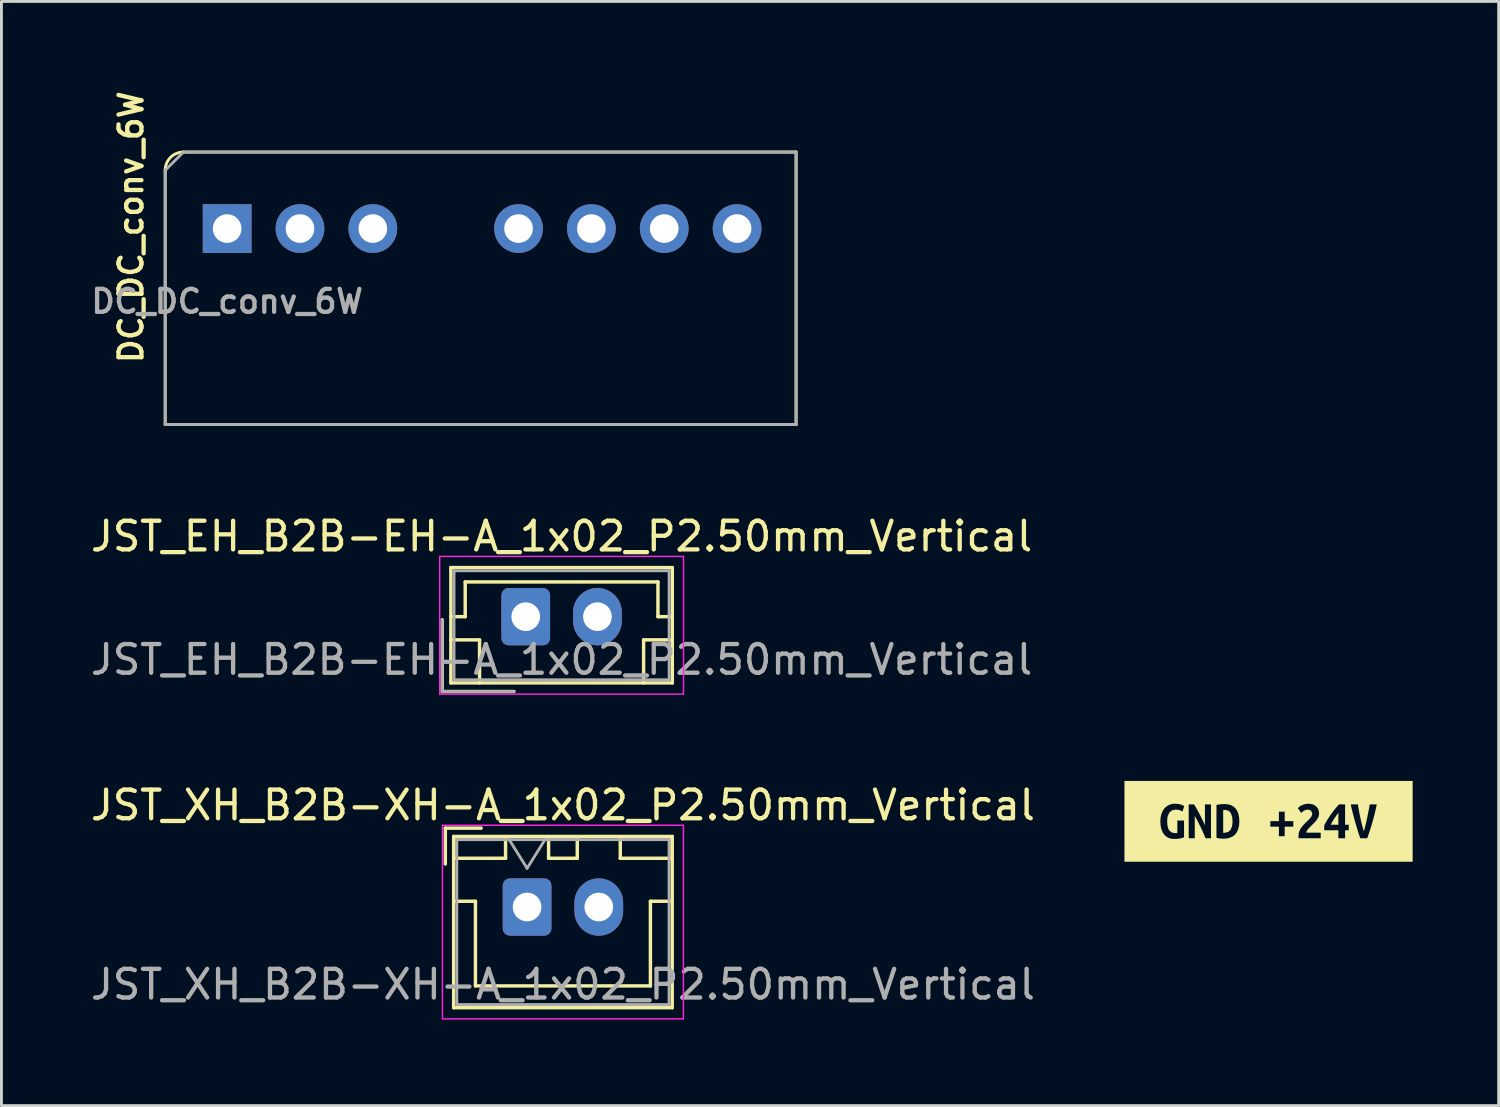
<source format=kicad_pcb>
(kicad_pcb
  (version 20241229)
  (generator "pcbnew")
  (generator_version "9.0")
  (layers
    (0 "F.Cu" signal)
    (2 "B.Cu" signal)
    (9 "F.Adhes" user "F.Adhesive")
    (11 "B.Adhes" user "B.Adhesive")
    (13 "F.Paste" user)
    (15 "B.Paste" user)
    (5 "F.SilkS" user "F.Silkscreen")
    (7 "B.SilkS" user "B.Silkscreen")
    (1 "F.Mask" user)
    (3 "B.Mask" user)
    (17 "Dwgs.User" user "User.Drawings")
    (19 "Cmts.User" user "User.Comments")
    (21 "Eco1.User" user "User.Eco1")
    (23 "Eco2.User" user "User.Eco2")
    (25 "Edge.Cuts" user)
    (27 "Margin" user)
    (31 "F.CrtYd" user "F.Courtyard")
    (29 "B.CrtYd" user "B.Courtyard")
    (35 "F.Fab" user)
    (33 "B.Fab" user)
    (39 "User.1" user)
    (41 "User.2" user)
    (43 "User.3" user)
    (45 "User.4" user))
  (footprint "label_24V"
    (layer "F.Cu")
    (at 41.179 25.586)
    (property "Reference" "label_24V" (at 0 -1.41 0) (layer "F.SilkS") (effects (font (size 0.001 0.001) (thickness 0.000003))))
    (attr exclude_from_pos_files exclude_from_bom)
    (fp_poly (pts (xy 2.434 -0.295) (xy 2.363 -0.202) (xy 2.292 -0.098) (xy 2.224 0.011) (xy 2.167 0.12) (xy 2.434 0.12) (xy 2.434 -0.295)) (stroke (width 0) (type solid)) (fill yes) (layer "F.SilkS"))
    (fp_poly (pts (xy -1.582 0.4) (xy -1.561 0.402) (xy -1.54 0.402) (xy -1.406 0.371) (xy -1.318 0.288) (xy -1.271 0.161) (xy -1.26 0.084) (xy -1.256 0) (xy -1.268 -0.149) (xy -1.308 -0.276) (xy -1.386 -0.365) (xy -1.514 -0.398) (xy -1.548 -0.397) (xy -1.582 -0.392) (xy -1.582 0.4)) (stroke (width 0) (type solid)) (fill yes) (layer "F.SilkS"))
    (fp_poly (pts (xy -4.511 -1.409) (xy -3.462 -0.576) (xy -3.366 -0.606) (xy -3.262 -0.615) (xy -3.139 -0.605) (xy -3.045 -0.581) (xy -2.979 -0.552) (xy -2.94 -0.53) (xy -3.001 -0.343) (xy -3.104 -0.391) (xy -3.23 -0.411) (xy -3.371 -0.381) (xy -3.465 -0.296) (xy -3.519 -0.167) (xy -3.531 -0.087) (xy -3.535 0) (xy -3.527 0.129) (xy -3.505 0.232) (xy -3.468 0.311) (xy -3.386 0.386) (xy -3.272 0.411) (xy -3.226 0.41) (xy -3.18 0.404) (xy -3.18 -0.027) (xy -2.946 -0.027) (xy -2.784 0.591) (xy -2.784 -0.589) (xy -2.596 -0.589) (xy -2.542 -0.501) (xy -2.489 -0.407) (xy -2.436 -0.309) (xy -2.385 -0.211) (xy -2.336 -0.116) (xy -2.292 -0.023) (xy -2.252 0.063) (xy -2.218 0.137) (xy -2.218 -0.589) (xy -2.007 -0.589) (xy -1.816 0.577) (xy -1.816 -0.573) (xy -1.666 -0.596) (xy -1.534 -0.602) (xy -1.423 -0.593) (xy -1.322 -0.568) (xy -1.233 -0.524) (xy -1.159 -0.46) (xy -1.1 -0.377) (xy -1.055 -0.273) (xy -1.028 -0.148) (xy -1.018 0) (xy 0.062 -0.006) (xy 0.361 -0.006) (xy 0.361 -0.337) (xy 0.563 -0.337) (xy 0.563 -0.006) (xy 1.492 -0.16) (xy 1.527 -0.261) (xy 1.483 -0.372) (xy 1.373 -0.411) (xy 1.256 -0.385) (xy 1.136 -0.295) (xy 1.02 -0.459) (xy 1.102 -0.529) (xy 1.196 -0.577) (xy 1.296 -0.606) (xy 1.395 -0.615) (xy 1.534 -0.594) (xy 1.653 -0.531) (xy 1.735 -0.426) (xy 1.765 -0.278) (xy 1.742 -0.161) (xy 1.681 -0.051) (xy 1.595 0.051) (xy 1.498 0.147) (xy 1.441 0.201) (xy 1.38 0.266) (xy 1.332 0.333) (xy 1.312 0.396) (xy 1.818 0.396) (xy 1.818 0.591) (xy 1.049 0.591) (xy 1.044 0.543) (xy 1.045 0.503) (xy 1.054 0.411) (xy 1.08 0.328) (xy 1.12 0.251) (xy 1.17 0.18) (xy 1.226 0.115) (xy 1.286 0.054) (xy 1.346 -0.003) (xy 1.402 -0.057) (xy 1.492 -0.16) (xy 0.563 -0.006) (xy 0.862 -0.006) (xy 0.862 0.187) (xy 0.563 0.187) (xy 0.563 0.518) (xy 0.361 0.518) (xy 0.361 0.187) (xy 0.062 0.187) (xy 0.062 -0.006) (xy -1.018 0) (xy -1.028 0.152) (xy -1.059 0.279) (xy -1.108 0.384) (xy -1.173 0.467) (xy -1.252 0.529) (xy -1.345 0.572) (xy -1.45 0.597) (xy -1.565 0.606) (xy -1.688 0.599) (xy -1.816 0.577) (xy -2.007 -0.589) (xy -2.007 0.591) (xy -2.196 0.591) (xy -2.25 0.46) (xy -2.309 0.329) (xy -2.37 0.199) (xy -2.434 0.069) (xy -2.502 -0.062) (xy -2.573 -0.192) (xy -2.573 0.591) (xy -2.784 0.591) (xy -2.946 -0.027) (xy -2.946 0.562) (xy -3.077 0.596) (xy -3.174 0.611) (xy -3.291 0.615) (xy -3.396 0.606) (xy -3.49 0.576) (xy -3.572 0.528) (xy -3.641 0.46) (xy -3.697 0.373) (xy -3.739 0.268) (xy -3.764 0.143) (xy -3.773 0) (xy -3.763 -0.142) (xy -3.733 -0.266) (xy -3.686 -0.372) (xy -3.624 -0.459) (xy -3.549 -0.527) (xy -3.462 -0.576) (xy -4.511 -1.409) (xy -5.024 -1.409) (xy -5.024 1.409) (xy 3.198 0.591) (xy 3.15 0.451) (xy 3.1 0.293) (xy 3.067 0.183) (xy 3.034 0.073) (xy 3.003 -0.037) (xy 2.974 -0.145) (xy 2.947 -0.249) (xy 2.921 -0.349) (xy 2.89 -0.482) (xy 2.868 -0.589) (xy 3.116 -0.589) (xy 3.13 -0.49) (xy 3.15 -0.376) (xy 3.174 -0.253) (xy 3.2 -0.127) (xy 3.229 0.001) (xy 3.259 0.127) (xy 3.291 0.245) (xy 3.321 0.351) (xy 3.352 0.246) (xy 3.382 0.129) (xy 3.412 0.003) (xy 3.439 -0.125) (xy 3.465 -0.252) (xy 3.489 -0.375) (xy 3.51 -0.49) (xy 3.527 -0.589) (xy 3.773 -0.589) (xy 3.747 -0.468) (xy 3.717 -0.333) (xy 3.681 -0.189) (xy 3.64 -0.037) (xy 3.611 0.067) (xy 3.579 0.172) (xy 3.546 0.279) (xy 3.511 0.385) (xy 3.476 0.489) (xy 3.439 0.591) (xy 3.198 0.591) (xy -5.024 1.409) (xy -4.511 1.409) (xy 4.511 1.409) (xy 5.024 1.409) (xy 5.024 -1.409) (xy 2.668 -0.589) (xy 2.668 0.12) (xy 2.796 0.12) (xy 2.796 0.312) (xy 2.668 0.312) (xy 2.668 0.591) (xy 2.434 0.591) (xy 2.434 0.312) (xy 1.942 0.312) (xy 1.942 0.141) (xy 1.984 0.062) (xy 2.035 -0.028) (xy 2.095 -0.123) (xy 2.161 -0.221) (xy 2.232 -0.319) (xy 2.306 -0.416) (xy 2.382 -0.507) (xy 2.458 -0.589) (xy 2.668 -0.589) (xy 5.024 -1.409) (xy 4.511 -1.409) (xy -4.511 -1.409)) (stroke (width 0) (type solid)) (fill yes) (layer "F.SilkS")))
  (footprint "DC_DC_conv_6W"
    (layer "F.Cu")
    (at 4.869 4.919)
    (property "Reference" "DC_DC_conv_6W" (at -3.35 -0.05 270) (layer "F.SilkS") (effects (font (size 0.8 0.8) (thickness 0.15))))
    (attr through_hole)
    (fp_line (start -2.159 -2.032) (end -2.159 6.833) (stroke (width 0.102) (type solid)) (layer "F.SilkS"))
    (fp_line (start -2.159 6.833) (end 19.837 6.833) (stroke (width 0.102) (type solid)) (layer "F.SilkS"))
    (fp_line (start 19.837 -2.667) (end -1.524 -2.667) (stroke (width 0.102) (type solid)) (layer "F.SilkS"))
    (fp_line (start 19.837 6.833) (end 19.837 -2.667) (stroke (width 0.102) (type solid)) (layer "F.SilkS"))
    (fp_arc (start -2.159 -2.032) (mid -1.973013 -2.481013) (end -1.524 -2.667) (stroke (width 0.1016) (type solid)) (layer "F.SilkS"))
    (fp_line (start -2.159 6.833) (end -2.159 -2.032) (stroke (width 0.102) (type solid)) (layer "F.Fab"))
    (fp_line (start -1.524 -2.667) (end -2.159 -2.032) (stroke (width 0.102) (type solid)) (layer "F.Fab"))
    (fp_line (start -1.524 -2.667) (end 19.837 -2.667) (stroke (width 0.102) (type solid)) (layer "F.Fab"))
    (fp_line (start 19.837 -2.667) (end 19.837 6.833) (stroke (width 0.102) (type solid)) (layer "F.Fab"))
    (fp_line (start 19.837 6.833) (end -2.159 6.833) (stroke (width 0.102) (type solid)) (layer "F.Fab"))
    (fp_text user "${REFERENCE}" (at 0 2.54 0) (layer "F.Fab") (effects (font (size 0.8 0.8) (thickness 0.15))))
    (pad "CTR" thru_hole circle (at 5.08 0) (size 1.7 1.7) (drill 1) (layers "*.Cu" "*.Mask"))
    (pad "GND" thru_hole circle (at 15.24 0) (size 1.7 1.7) (drill 1) (layers "*.Cu" "*.Mask"))
    (pad "GNDPWR" thru_hole rect (at 0 0 90) (size 1.7 1.7) (drill 1) (layers "*.Cu" "*.Mask"))
    (pad "NC" thru_hole oval (at 10.16 0 90) (size 1.7 1.7) (drill 1) (layers "*.Cu" "*.Mask"))
    (pad "NC" thru_hole circle (at 17.78 0) (size 1.7 1.7) (drill 1) (layers "*.Cu" "*.Mask"))
    (pad "VIN" thru_hole circle (at 2.54 0 90) (size 1.7 1.7) (drill 1) (layers "*.Cu" "*.Mask"))
    (pad "VO" thru_hole oval (at 12.7 0 90) (size 1.7 1.7) (drill 1) (layers "*.Cu" "*.Mask")))
  (footprint "JST_EH_B2B-EH-A_1x02_P2.50mm_Vertical"
    (layer "F.Cu")
    (at 15.28 18.45)
    (property "Reference" "JST_EH_B2B-EH-A_1x02_P2.50mm_Vertical" (at 1.25 -2.8 0) (layer "F.SilkS") (effects (font (size 1 1) (thickness 0.15))))
    (attr through_hole)
    (fp_line (start -2.91 0.11) (end -2.91 2.61) (stroke (width 0.12) (type solid)) (layer "F.SilkS"))
    (fp_line (start -2.91 2.61) (end -0.41 2.61) (stroke (width 0.12) (type solid)) (layer "F.SilkS"))
    (fp_line (start -2.61 -1.71) (end -2.61 2.31) (stroke (width 0.12) (type solid)) (layer "F.SilkS"))
    (fp_line (start -2.61 0) (end -2.11 0) (stroke (width 0.12) (type solid)) (layer "F.SilkS"))
    (fp_line (start -2.61 0.81) (end -1.61 0.81) (stroke (width 0.12) (type solid)) (layer "F.SilkS"))
    (fp_line (start -2.61 2.31) (end 5.11 2.31) (stroke (width 0.12) (type solid)) (layer "F.SilkS"))
    (fp_line (start -2.11 -1.21) (end 4.61 -1.21) (stroke (width 0.12) (type solid)) (layer "F.SilkS"))
    (fp_line (start -2.11 0) (end -2.11 -1.21) (stroke (width 0.12) (type solid)) (layer "F.SilkS"))
    (fp_line (start -1.61 0.81) (end -1.61 2.31) (stroke (width 0.12) (type solid)) (layer "F.SilkS"))
    (fp_line (start 4.11 0.81) (end 4.11 2.31) (stroke (width 0.12) (type solid)) (layer "F.SilkS"))
    (fp_line (start 4.61 -1.21) (end 4.61 0) (stroke (width 0.12) (type solid)) (layer "F.SilkS"))
    (fp_line (start 4.61 0) (end 5.11 0) (stroke (width 0.12) (type solid)) (layer "F.SilkS"))
    (fp_line (start 5.11 -1.71) (end -2.61 -1.71) (stroke (width 0.12) (type solid)) (layer "F.SilkS"))
    (fp_line (start 5.11 0.81) (end 4.11 0.81) (stroke (width 0.12) (type solid)) (layer "F.SilkS"))
    (fp_line (start 5.11 2.31) (end 5.11 -1.71) (stroke (width 0.12) (type solid)) (layer "F.SilkS"))
    (fp_line (start -3 -2.1) (end -3 2.7) (stroke (width 0.05) (type solid)) (layer "F.CrtYd"))
    (fp_line (start -3 2.7) (end 5.5 2.7) (stroke (width 0.05) (type solid)) (layer "F.CrtYd"))
    (fp_line (start 5.5 -2.1) (end -3 -2.1) (stroke (width 0.05) (type solid)) (layer "F.CrtYd"))
    (fp_line (start 5.5 2.7) (end 5.5 -2.1) (stroke (width 0.05) (type solid)) (layer "F.CrtYd"))
    (fp_line (start -2.91 0.11) (end -2.91 2.61) (stroke (width 0.1) (type solid)) (layer "F.Fab"))
    (fp_line (start -2.91 2.61) (end -0.41 2.61) (stroke (width 0.1) (type solid)) (layer "F.Fab"))
    (fp_line (start -2.5 -1.6) (end -2.5 2.2) (stroke (width 0.1) (type solid)) (layer "F.Fab"))
    (fp_line (start -2.5 2.2) (end 5 2.2) (stroke (width 0.1) (type solid)) (layer "F.Fab"))
    (fp_line (start 5 -1.6) (end -2.5 -1.6) (stroke (width 0.1) (type solid)) (layer "F.Fab"))
    (fp_line (start 5 2.2) (end 5 -1.6) (stroke (width 0.1) (type solid)) (layer "F.Fab"))
    (fp_text user "${REFERENCE}" (at 1.25 1.5 0) (layer "F.Fab") (effects (font (size 1 1) (thickness 0.15))))
    (pad "1" thru_hole roundrect (at 0 0) (size 1.7 2) (drill 1) (layers "*.Cu" "*.Mask") (roundrect_rratio 0.147))
    (pad "2" thru_hole oval (at 2.5 0) (size 1.7 2) (drill 1) (layers "*.Cu" "*.Mask")))
  (footprint "JST_XH_B2B-XH-A_1x02_P2.50mm_Vertical"
    (layer "F.Cu")
    (at 15.327 28.574)
    (property "Reference" "JST_XH_B2B-XH-A_1x02_P2.50mm_Vertical" (at 1.25 -3.55 0) (layer "F.SilkS") (effects (font (size 1 1) (thickness 0.15))))
    (attr through_hole)
    (fp_line (start -2.85 -2.75) (end -2.85 -1.5) (stroke (width 0.12) (type solid)) (layer "F.SilkS"))
    (fp_line (start -2.56 -2.46) (end -2.56 3.51) (stroke (width 0.12) (type solid)) (layer "F.SilkS"))
    (fp_line (start -2.56 3.51) (end 5.06 3.51) (stroke (width 0.12) (type solid)) (layer "F.SilkS"))
    (fp_line (start -2.55 -2.45) (end -2.55 -1.7) (stroke (width 0.12) (type solid)) (layer "F.SilkS"))
    (fp_line (start -2.55 -1.7) (end -0.75 -1.7) (stroke (width 0.12) (type solid)) (layer "F.SilkS"))
    (fp_line (start -2.55 -0.2) (end -1.8 -0.2) (stroke (width 0.12) (type solid)) (layer "F.SilkS"))
    (fp_line (start -1.8 -0.2) (end -1.8 2.75) (stroke (width 0.12) (type solid)) (layer "F.SilkS"))
    (fp_line (start -1.8 2.75) (end 1.25 2.75) (stroke (width 0.12) (type solid)) (layer "F.SilkS"))
    (fp_line (start -1.6 -2.75) (end -2.85 -2.75) (stroke (width 0.12) (type solid)) (layer "F.SilkS"))
    (fp_line (start -0.75 -2.45) (end -2.55 -2.45) (stroke (width 0.12) (type solid)) (layer "F.SilkS"))
    (fp_line (start -0.75 -1.7) (end -0.75 -2.45) (stroke (width 0.12) (type solid)) (layer "F.SilkS"))
    (fp_line (start 0.75 -2.45) (end 0.75 -1.7) (stroke (width 0.12) (type solid)) (layer "F.SilkS"))
    (fp_line (start 0.75 -1.7) (end 1.75 -1.7) (stroke (width 0.12) (type solid)) (layer "F.SilkS"))
    (fp_line (start 1.75 -2.45) (end 0.75 -2.45) (stroke (width 0.12) (type solid)) (layer "F.SilkS"))
    (fp_line (start 1.75 -1.7) (end 1.75 -2.45) (stroke (width 0.12) (type solid)) (layer "F.SilkS"))
    (fp_line (start 3.25 -2.45) (end 3.25 -1.7) (stroke (width 0.12) (type solid)) (layer "F.SilkS"))
    (fp_line (start 3.25 -1.7) (end 5.05 -1.7) (stroke (width 0.12) (type solid)) (layer "F.SilkS"))
    (fp_line (start 4.3 -0.2) (end 4.3 2.75) (stroke (width 0.12) (type solid)) (layer "F.SilkS"))
    (fp_line (start 4.3 2.75) (end 1.25 2.75) (stroke (width 0.12) (type solid)) (layer "F.SilkS"))
    (fp_line (start 5.05 -2.45) (end 3.25 -2.45) (stroke (width 0.12) (type solid)) (layer "F.SilkS"))
    (fp_line (start 5.05 -1.7) (end 5.05 -2.45) (stroke (width 0.12) (type solid)) (layer "F.SilkS"))
    (fp_line (start 5.05 -0.2) (end 4.3 -0.2) (stroke (width 0.12) (type solid)) (layer "F.SilkS"))
    (fp_line (start 5.06 -2.46) (end -2.56 -2.46) (stroke (width 0.12) (type solid)) (layer "F.SilkS"))
    (fp_line (start 5.06 3.51) (end 5.06 -2.46) (stroke (width 0.12) (type solid)) (layer "F.SilkS"))
    (fp_line (start -2.95 -2.85) (end -2.95 3.9) (stroke (width 0.05) (type solid)) (layer "F.CrtYd"))
    (fp_line (start -2.95 3.9) (end 5.45 3.9) (stroke (width 0.05) (type solid)) (layer "F.CrtYd"))
    (fp_line (start 5.45 -2.85) (end -2.95 -2.85) (stroke (width 0.05) (type solid)) (layer "F.CrtYd"))
    (fp_line (start 5.45 3.9) (end 5.45 -2.85) (stroke (width 0.05) (type solid)) (layer "F.CrtYd"))
    (fp_line (start -2.45 -2.35) (end -2.45 3.4) (stroke (width 0.1) (type solid)) (layer "F.Fab"))
    (fp_line (start -2.45 3.4) (end 4.95 3.4) (stroke (width 0.1) (type solid)) (layer "F.Fab"))
    (fp_line (start -0.625 -2.35) (end 0 -1.35) (stroke (width 0.1) (type solid)) (layer "F.Fab"))
    (fp_line (start 0 -1.35) (end 0.625 -2.35) (stroke (width 0.1) (type solid)) (layer "F.Fab"))
    (fp_line (start 4.95 -2.35) (end -2.45 -2.35) (stroke (width 0.1) (type solid)) (layer "F.Fab"))
    (fp_line (start 4.95 3.4) (end 4.95 -2.35) (stroke (width 0.1) (type solid)) (layer "F.Fab"))
    (fp_text user "${REFERENCE}" (at 1.25 2.7 0) (layer "F.Fab") (effects (font (size 1 1) (thickness 0.15))))
    (pad "1" thru_hole roundrect (at 0 0) (size 1.7 2) (drill 1) (layers "*.Cu" "*.Mask") (roundrect_rratio 0.147))
    (pad "2" thru_hole oval (at 2.5 0) (size 1.7 2) (drill 1) (layers "*.Cu" "*.Mask")))
  (gr_rect
    (start -3 -3)
    (end 49.202 35.499)
    (stroke (width 0.1) (type default))
    (fill no)
    (layer "Edge.Cuts")))
</source>
